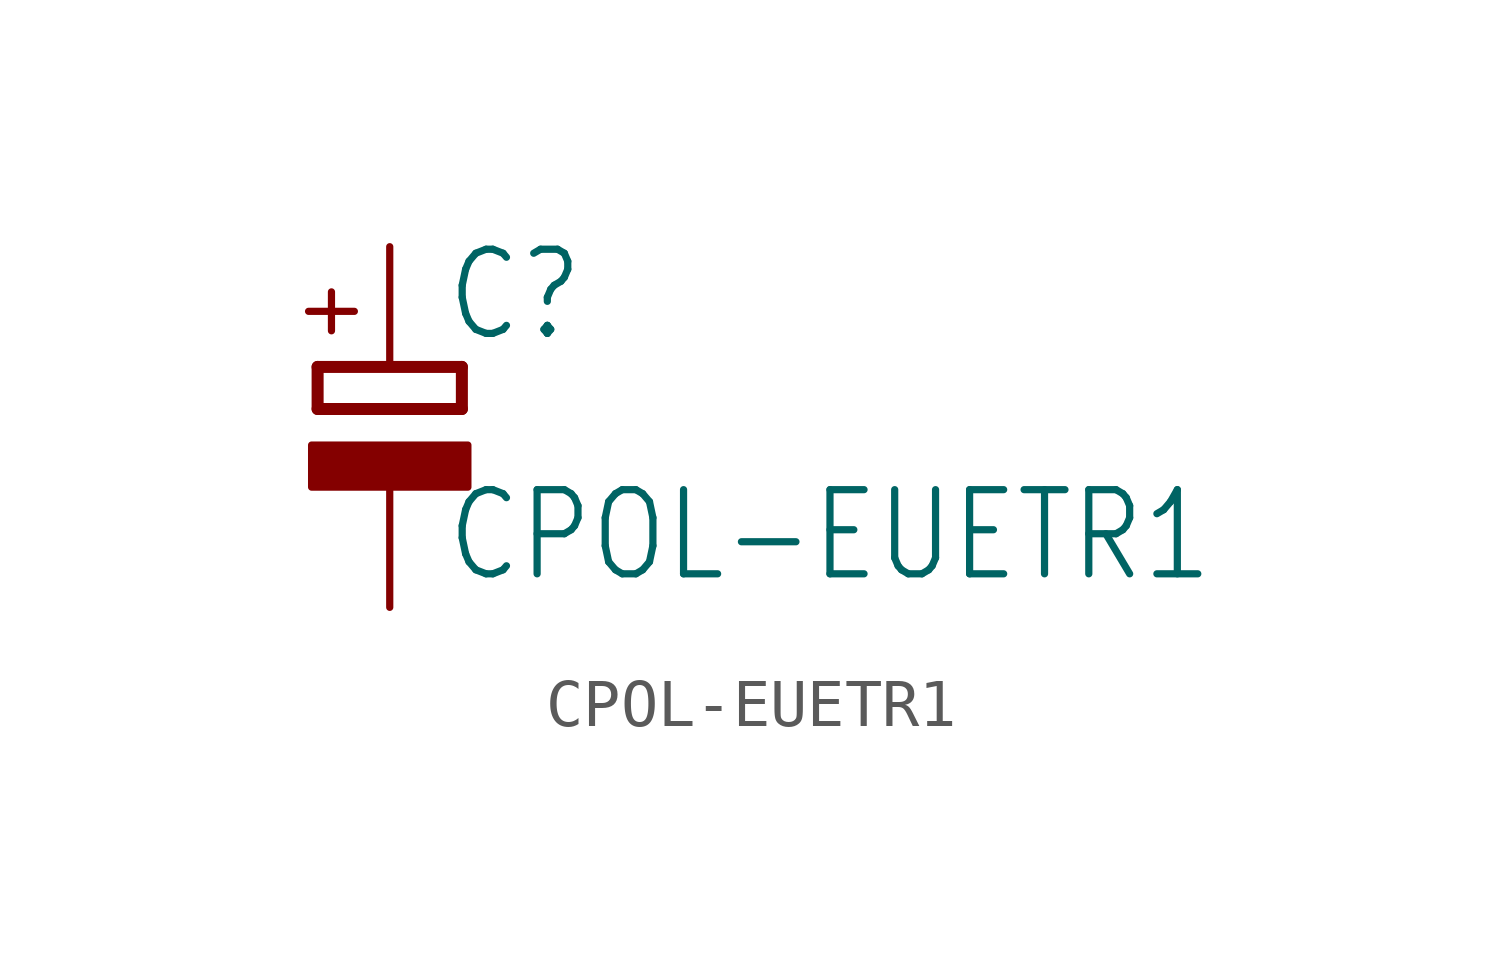
<source format=kicad_sym>
(kicad_symbol_lib
  (version 20220914)
  (generator kicad_symbol_editor)
  (symbol "CPOL-EUETR1"
    (property "Reference" "C"
      (at 1.143 0.483 0)
      (effects (font (size 1.778 1.511)) (justify left bottom)))
    (property "Value" "CPOL-EUETR1"
      (at 1.143 -4.597 0)
      (effects (font (size 1.778 1.511)) (justify left bottom)))
    (property "ki_locked" ""
      (at 0 0 0)
      (effects (font (size 1.27 1.27))))
    (symbol "CPOL-EUETR1_1_0"
      (rectangle (start -1.651 -2.54) (end 1.651 -1.651) (stroke (width 0) (type default)) (fill (type outline)))
      (polyline (pts (xy -1.524 -0.889) (xy 1.524 -0.889)) (stroke (width 0.254) (type default)) (fill (type none)))
      (polyline (pts (xy -1.524 0) (xy -1.524 -0.889)) (stroke (width 0.254) (type default)) (fill (type none)))
      (polyline (pts (xy -1.524 0) (xy 1.524 0)) (stroke (width 0.254) (type default)) (fill (type none)))
      (polyline (pts (xy 1.524 -0.889) (xy 1.524 0)) (stroke (width 0.254) (type default)) (fill (type none)))
      (text "+" (at -0.584 0.406 900) (effects (font (size 1.27 1.079)) (justify left bottom)))
      (pin passive line (at 0 2.54 270) (length 2.54) (name "+" (effects (font (size 0 0)))) (number "+" (effects (font (size 0 0)))))
      (pin passive line (at 0 -5.08 90) (length 2.54) (name "-" (effects (font (size 0 0)))) (number "-" (effects (font (size 0 0))))))))
</source>
